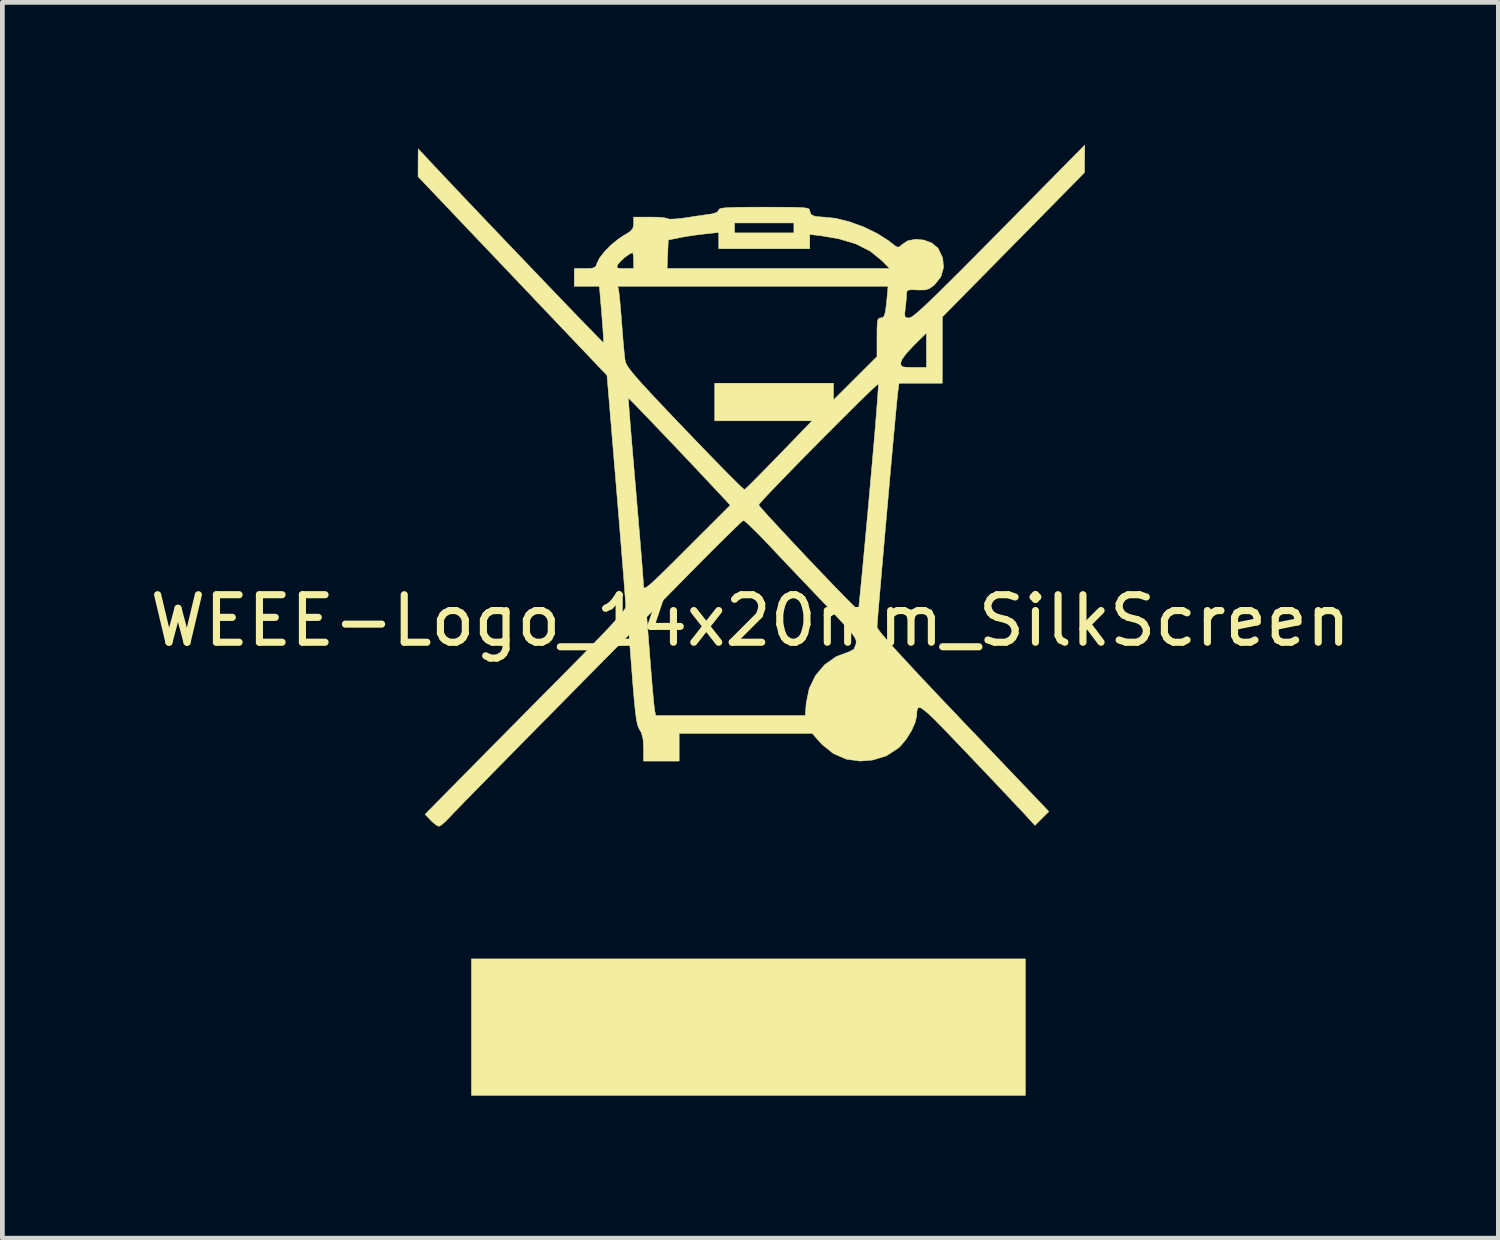
<source format=kicad_pcb>
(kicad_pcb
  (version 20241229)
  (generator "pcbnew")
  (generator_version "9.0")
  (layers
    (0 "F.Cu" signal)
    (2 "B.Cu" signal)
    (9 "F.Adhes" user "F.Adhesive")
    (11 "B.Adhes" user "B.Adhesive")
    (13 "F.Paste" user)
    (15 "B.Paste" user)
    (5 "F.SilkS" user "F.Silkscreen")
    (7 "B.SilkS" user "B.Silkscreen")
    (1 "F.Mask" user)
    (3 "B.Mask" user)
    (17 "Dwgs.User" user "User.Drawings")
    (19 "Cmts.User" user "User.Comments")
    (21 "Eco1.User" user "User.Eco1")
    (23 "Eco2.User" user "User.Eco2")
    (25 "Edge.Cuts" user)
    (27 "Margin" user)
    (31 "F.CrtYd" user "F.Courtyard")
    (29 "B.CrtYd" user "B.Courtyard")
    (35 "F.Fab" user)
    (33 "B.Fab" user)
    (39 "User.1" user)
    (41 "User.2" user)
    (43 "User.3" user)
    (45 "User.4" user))
  (footprint "WEEE-Logo_14x20mm_SilkScreen"
    (layer "F.Cu")
    (at 12.744 10.013)
    (property "Reference" "WEEE-Logo_14x20mm_SilkScreen" (at 0 0 0) (layer "F.SilkS") (effects (font (size 1 1) (thickness 0.15))))
    (attr exclude_from_pos_files exclude_from_bom)
    (fp_poly (pts (xy 5.788 9.993) (xy -5.871 9.993) (xy -5.871 7.12) (xy 5.788 7.12) (xy 5.788 9.993)) (stroke (width 0.01) (type solid)) (fill yes) (layer "F.SilkS"))
    (fp_poly (pts (xy 7.035 -9.72) (xy 7.033 -9.431) (xy 4.041 -6.392) (xy 4.04 -5.694) (xy 4.039 -4.997) (xy 3.128 -4.997) (xy 3.105 -4.82) (xy 3.096 -4.739) (xy 3.081 -4.587) (xy 3.06 -4.373) (xy 3.036 -4.106) (xy 3.007 -3.795) (xy 2.976 -3.448) (xy 2.942 -3.076) (xy 2.908 -2.687) (xy 2.873 -2.29) (xy 2.838 -1.895) (xy 2.804 -1.51) (xy 2.772 -1.144) (xy 2.743 -0.806) (xy 2.717 -0.506) (xy 2.696 -0.253) (xy 2.68 -0.055) (xy 2.67 0.078) (xy 2.666 0.138) (xy 2.666 0.138) (xy 2.692 0.186) (xy 2.768 0.284) (xy 2.897 0.434) (xy 3.079 0.638) (xy 3.316 0.895) (xy 3.607 1.208) (xy 3.955 1.577) (xy 4.361 2.004) (xy 4.475 2.124) (xy 6.282 4.018) (xy 6.136 4.164) (xy 5.99 4.31) (xy 5.754 4.052) (xy 5.667 3.959) (xy 5.532 3.816) (xy 5.357 3.631) (xy 5.152 3.413) (xy 4.924 3.174) (xy 4.684 2.921) (xy 4.54 2.77) (xy 4.27 2.487) (xy 4.052 2.261) (xy 3.88 2.086) (xy 3.748 1.96) (xy 3.652 1.878) (xy 3.585 1.835) (xy 3.542 1.828) (xy 3.517 1.853) (xy 3.506 1.905) (xy 3.501 1.98) (xy 3.501 2.001) (xy 3.469 2.143) (xy 3.393 2.314) (xy 3.285 2.488) (xy 3.163 2.637) (xy 3.114 2.683) (xy 2.864 2.845) (xy 2.571 2.935) (xy 2.312 2.956) (xy 2.018 2.916) (xy 1.747 2.798) (xy 1.507 2.605) (xy 1.463 2.557) (xy 1.301 2.373) (xy -1.499 2.373) (xy -1.499 2.956) (xy -2.249 2.956) (xy -2.249 2.684) (xy -2.258 2.498) (xy -2.29 2.369) (xy -2.328 2.299) (xy -2.355 2.249) (xy -2.379 2.176) (xy -2.4 2.07) (xy -2.42 1.919) (xy -2.441 1.714) (xy -2.465 1.443) (xy -2.481 1.241) (xy -2.554 0.296) (xy -4.35 2.115) (xy -4.675 2.445) (xy -4.986 2.761) (xy -5.279 3.059) (xy -5.548 3.333) (xy -5.787 3.576) (xy -5.99 3.784) (xy -6.151 3.95) (xy -6.265 4.068) (xy -6.326 4.133) (xy -6.427 4.235) (xy -6.511 4.307) (xy -6.556 4.33) (xy -6.613 4.303) (xy -6.697 4.233) (xy -6.726 4.204) (xy -6.847 4.078) (xy -6.182 3.403) (xy -6.012 3.231) (xy -5.794 3.01) (xy -5.536 2.748) (xy -5.247 2.457) (xy -4.939 2.146) (xy -4.62 1.823) (xy -4.3 1.5) (xy -4.07 1.269) (xy -3.721 0.916) (xy -3.428 0.617) (xy -3.187 0.368) (xy -2.994 0.166) (xy -2.845 0.005) (xy -2.772 -0.079) (xy -2.181 -0.079) (xy -2.107 0.866) (xy -2.085 1.143) (xy -2.064 1.397) (xy -2.044 1.613) (xy -2.028 1.779) (xy -2.015 1.882) (xy -2.012 1.905) (xy -1.99 1.999) (xy 1.155 1.999) (xy 1.175 1.737) (xy 1.239 1.428) (xy 1.371 1.155) (xy 1.565 0.927) (xy 1.811 0.755) (xy 2.087 0.652) (xy 2.177 0.603) (xy 2.221 0.499) (xy 2.222 0.495) (xy 2.228 0.451) (xy 2.221 0.406) (xy 2.196 0.352) (xy 2.146 0.28) (xy 2.064 0.181) (xy 1.944 0.049) (xy 1.78 -0.127) (xy 1.565 -0.353) (xy 1.551 -0.368) (xy 1.32 -0.611) (xy 1.074 -0.869) (xy 0.83 -1.126) (xy 0.605 -1.363) (xy 0.417 -1.563) (xy 0.375 -1.607) (xy 0.214 -1.776) (xy 0.071 -1.919) (xy -0.044 -2.029) (xy -0.121 -2.095) (xy -0.146 -2.109) (xy -0.185 -2.079) (xy -0.274 -1.996) (xy -0.407 -1.867) (xy -0.578 -1.7) (xy -0.779 -1.5) (xy -1.002 -1.276) (xy -1.185 -1.091) (xy -2.181 -0.079) (xy -2.772 -0.079) (xy -2.738 -0.118) (xy -2.667 -0.207) (xy -2.63 -0.266) (xy -2.622 -0.293) (xy -2.625 -0.352) (xy -2.635 -0.487) (xy -2.65 -0.689) (xy -2.67 -0.951) (xy -2.695 -1.265) (xy -2.724 -1.623) (xy -2.756 -2.018) (xy -2.791 -2.441) (xy -2.819 -2.78) (xy -2.978 -4.687) (xy -2.569 -4.687) (xy -2.567 -4.646) (xy -2.559 -4.53) (xy -2.545 -4.347) (xy -2.526 -4.106) (xy -2.502 -3.815) (xy -2.474 -3.483) (xy -2.443 -3.116) (xy -2.413 -2.768) (xy -2.38 -2.373) (xy -2.348 -2) (xy -2.32 -1.658) (xy -2.295 -1.356) (xy -2.275 -1.103) (xy -2.26 -0.908) (xy -2.251 -0.779) (xy -2.249 -0.729) (xy -2.245 -0.698) (xy -2.229 -0.686) (xy -2.196 -0.697) (xy -2.14 -0.738) (xy -2.054 -0.813) (xy -1.932 -0.927) (xy -1.769 -1.086) (xy -1.559 -1.294) (xy -1.336 -1.517) (xy -0.423 -2.429) (xy -0.429 -2.436) (xy 0.175 -2.436) (xy 0.202 -2.398) (xy 0.279 -2.31) (xy 0.398 -2.178) (xy 0.551 -2.012) (xy 0.73 -1.819) (xy 0.928 -1.608) (xy 1.136 -1.386) (xy 1.348 -1.162) (xy 1.556 -0.945) (xy 1.751 -0.741) (xy 1.926 -0.56) (xy 2.073 -0.41) (xy 2.186 -0.298) (xy 2.254 -0.232) (xy 2.273 -0.219) (xy 2.28 -0.262) (xy 2.292 -0.38) (xy 2.311 -0.567) (xy 2.335 -0.814) (xy 2.364 -1.115) (xy 2.396 -1.461) (xy 2.432 -1.846) (xy 2.47 -2.262) (xy 2.5 -2.597) (xy 2.539 -3.032) (xy 2.575 -3.442) (xy 2.608 -3.819) (xy 2.636 -4.156) (xy 2.659 -4.446) (xy 2.677 -4.68) (xy 2.689 -4.852) (xy 2.695 -4.955) (xy 2.694 -4.981) (xy 2.661 -4.958) (xy 2.578 -4.882) (xy 2.451 -4.76) (xy 2.288 -4.602) (xy 2.097 -4.412) (xy 1.883 -4.2) (xy 1.656 -3.972) (xy 1.422 -3.736) (xy 1.188 -3.499) (xy 0.962 -3.269) (xy 0.751 -3.052) (xy 0.562 -2.857) (xy 0.402 -2.69) (xy 0.28 -2.56) (xy 0.202 -2.472) (xy 0.175 -2.436) (xy -0.429 -2.436) (xy -0.763 -2.794) (xy -0.936 -2.979) (xy -1.131 -3.186) (xy -1.339 -3.406) (xy -1.553 -3.632) (xy -1.765 -3.855) (xy -1.968 -4.067) (xy -2.153 -4.261) (xy -2.313 -4.427) (xy -2.441 -4.559) (xy -2.528 -4.648) (xy -2.568 -4.686) (xy -2.569 -4.687) (xy -2.978 -4.687) (xy -3.018 -5.163) (xy -5.007 -7.255) (xy -6.995 -9.346) (xy -6.994 -9.639) (xy -6.992 -9.931) (xy -6.671 -9.588) (xy -6.491 -9.396) (xy -6.279 -9.172) (xy -6.04 -8.919) (xy -5.78 -8.645) (xy -5.505 -8.356) (xy -5.22 -8.057) (xy -4.931 -7.755) (xy -4.644 -7.455) (xy -4.365 -7.163) (xy -4.099 -6.886) (xy -3.853 -6.629) (xy -3.631 -6.399) (xy -3.439 -6.2) (xy -3.284 -6.041) (xy -3.171 -5.925) (xy -3.105 -5.86) (xy -3.091 -5.848) (xy -3.09 -5.891) (xy -3.095 -6.002) (xy -3.106 -6.166) (xy -3.122 -6.368) (xy -3.128 -6.448) (xy -3.178 -7.037) (xy -2.791 -7.037) (xy -2.771 -6.943) (xy -2.761 -6.869) (xy -2.747 -6.73) (xy -2.73 -6.543) (xy -2.713 -6.326) (xy -2.707 -6.246) (xy -2.689 -6.016) (xy -2.671 -5.802) (xy -2.654 -5.624) (xy -2.641 -5.504) (xy -2.638 -5.482) (xy -2.627 -5.437) (xy -2.603 -5.385) (xy -2.561 -5.319) (xy -2.496 -5.233) (xy -2.403 -5.122) (xy -2.277 -4.98) (xy -2.112 -4.801) (xy -1.904 -4.579) (xy -1.647 -4.308) (xy -1.385 -4.034) (xy -1.124 -3.762) (xy -0.881 -3.51) (xy -0.661 -3.284) (xy -0.471 -3.091) (xy -0.316 -2.936) (xy -0.203 -2.825) (xy -0.137 -2.766) (xy -0.123 -2.757) (xy -0.086 -2.789) (xy 0.000097 -2.873) (xy 0.127 -3) (xy 0.287 -3.162) (xy 0.471 -3.35) (xy 0.604 -3.487) (xy 1.299 -4.206) (xy -0.75 -4.206) (xy -0.75 -4.997) (xy 1.749 -4.997) (xy 1.749 -4.644) (xy 2.207 -5.101) (xy 2.532 -5.425) (xy 3.165 -5.425) (xy 3.171 -5.374) (xy 3.201 -5.345) (xy 3.275 -5.333) (xy 3.411 -5.33) (xy 3.435 -5.33) (xy 3.706 -5.33) (xy 3.706 -6.056) (xy 3.435 -5.788) (xy 3.283 -5.625) (xy 3.191 -5.5) (xy 3.165 -5.425) (xy 2.532 -5.425) (xy 2.665 -5.557) (xy 2.665 -5.964) (xy 2.666 -6.151) (xy 2.672 -6.27) (xy 2.685 -6.336) (xy 2.709 -6.365) (xy 2.746 -6.371) (xy 2.786 -6.38) (xy 2.816 -6.415) (xy 2.839 -6.489) (xy 2.858 -6.617) (xy 2.878 -6.81) (xy 2.884 -6.881) (xy 2.898 -7.037) (xy -2.791 -7.037) (xy -3.178 -7.037) (xy -3.706 -7.037) (xy -3.706 -7.412) (xy -3.481 -7.412) (xy -3.35 -7.415) (xy -3.279 -7.433) (xy -3.27 -7.443) (xy -2.81 -7.443) (xy -2.786 -7.419) (xy -2.702 -7.412) (xy -2.646 -7.412) (xy -2.457 -7.412) (xy -1.753 -7.412) (xy 2.932 -7.412) (xy 2.773 -7.574) (xy 2.527 -7.774) (xy 2.223 -7.929) (xy 1.854 -8.039) (xy 1.489 -8.101) (xy 1.249 -8.129) (xy 1.249 -7.828) (xy -0.666 -7.828) (xy -0.666 -8.17) (xy -0.947 -8.141) (xy -1.144 -8.117) (xy -1.353 -8.085) (xy -1.478 -8.063) (xy -1.728 -8.012) (xy -1.74 -7.712) (xy -1.753 -7.412) (xy -2.457 -7.412) (xy -2.457 -7.578) (xy -2.462 -7.683) (xy -2.476 -7.741) (xy -2.482 -7.745) (xy -2.543 -7.718) (xy -2.633 -7.653) (xy -2.724 -7.574) (xy -2.786 -7.502) (xy -2.791 -7.492) (xy -2.81 -7.443) (xy -3.27 -7.443) (xy -3.244 -7.474) (xy -3.23 -7.518) (xy -3.173 -7.634) (xy -3.064 -7.773) (xy -2.92 -7.917) (xy -2.762 -8.044) (xy -2.659 -8.11) (xy -2.54 -8.183) (xy -2.48 -8.244) (xy -2.458 -8.316) (xy -2.457 -8.359) (xy -2.457 -8.37) (xy -0.333 -8.37) (xy -0.333 -8.161) (xy 0.916 -8.161) (xy 0.916 -8.37) (xy -0.333 -8.37) (xy -2.457 -8.37) (xy -2.457 -8.494) (xy -2.106 -8.494) (xy -1.945 -8.491) (xy -1.819 -8.48) (xy -1.749 -8.465) (xy -1.742 -8.459) (xy -1.698 -8.45) (xy -1.59 -8.454) (xy -1.437 -8.469) (xy -1.332 -8.484) (xy -1.143 -8.513) (xy -0.97 -8.538) (xy -0.84 -8.557) (xy -0.802 -8.563) (xy -0.702 -8.594) (xy -0.666 -8.642) (xy -0.655 -8.662) (xy -0.617 -8.677) (xy -0.541 -8.688) (xy -0.418 -8.695) (xy -0.24 -8.7) (xy 0.004 -8.702) (xy 0.291 -8.703) (xy 0.598 -8.702) (xy 0.831 -8.701) (xy 1.001 -8.697) (xy 1.117 -8.691) (xy 1.19 -8.681) (xy 1.23 -8.667) (xy 1.246 -8.647) (xy 1.249 -8.624) (xy 1.275 -8.551) (xy 1.358 -8.509) (xy 1.51 -8.495) (xy 1.537 -8.494) (xy 1.795 -8.468) (xy 2.087 -8.395) (xy 2.388 -8.285) (xy 2.671 -8.148) (xy 2.91 -7.995) (xy 2.941 -7.97) (xy 3.042 -7.891) (xy 3.101 -7.86) (xy 3.143 -7.87) (xy 3.186 -7.912) (xy 3.312 -7.995) (xy 3.477 -8.027) (xy 3.654 -8.01) (xy 3.819 -7.948) (xy 3.945 -7.843) (xy 3.954 -7.831) (xy 4.048 -7.634) (xy 4.066 -7.431) (xy 4.009 -7.237) (xy 3.878 -7.07) (xy 3.862 -7.056) (xy 3.77 -6.99) (xy 3.676 -6.961) (xy 3.544 -6.959) (xy 3.511 -6.961) (xy 3.382 -6.965) (xy 3.316 -6.955) (xy 3.292 -6.922) (xy 3.289 -6.891) (xy 3.284 -6.803) (xy 3.272 -6.669) (xy 3.263 -6.589) (xy 3.249 -6.463) (xy 3.255 -6.398) (xy 3.286 -6.374) (xy 3.342 -6.371) (xy 3.376 -6.382) (xy 3.429 -6.416) (xy 3.507 -6.479) (xy 3.614 -6.573) (xy 3.752 -6.702) (xy 3.927 -6.871) (xy 4.142 -7.083) (xy 4.402 -7.341) (xy 4.71 -7.65) (xy 5.069 -8.014) (xy 5.243 -8.189) (xy 7.037 -10.008) (xy 7.035 -9.72)) (stroke (width 0.01) (type solid)) (fill yes) (layer "F.SilkS")))
  (gr_rect
    (start -3 -3)
    (end 28.488 23.011)
    (stroke (width 0.1) (type default))
    (fill no)
    (layer "Edge.Cuts")))
</source>
